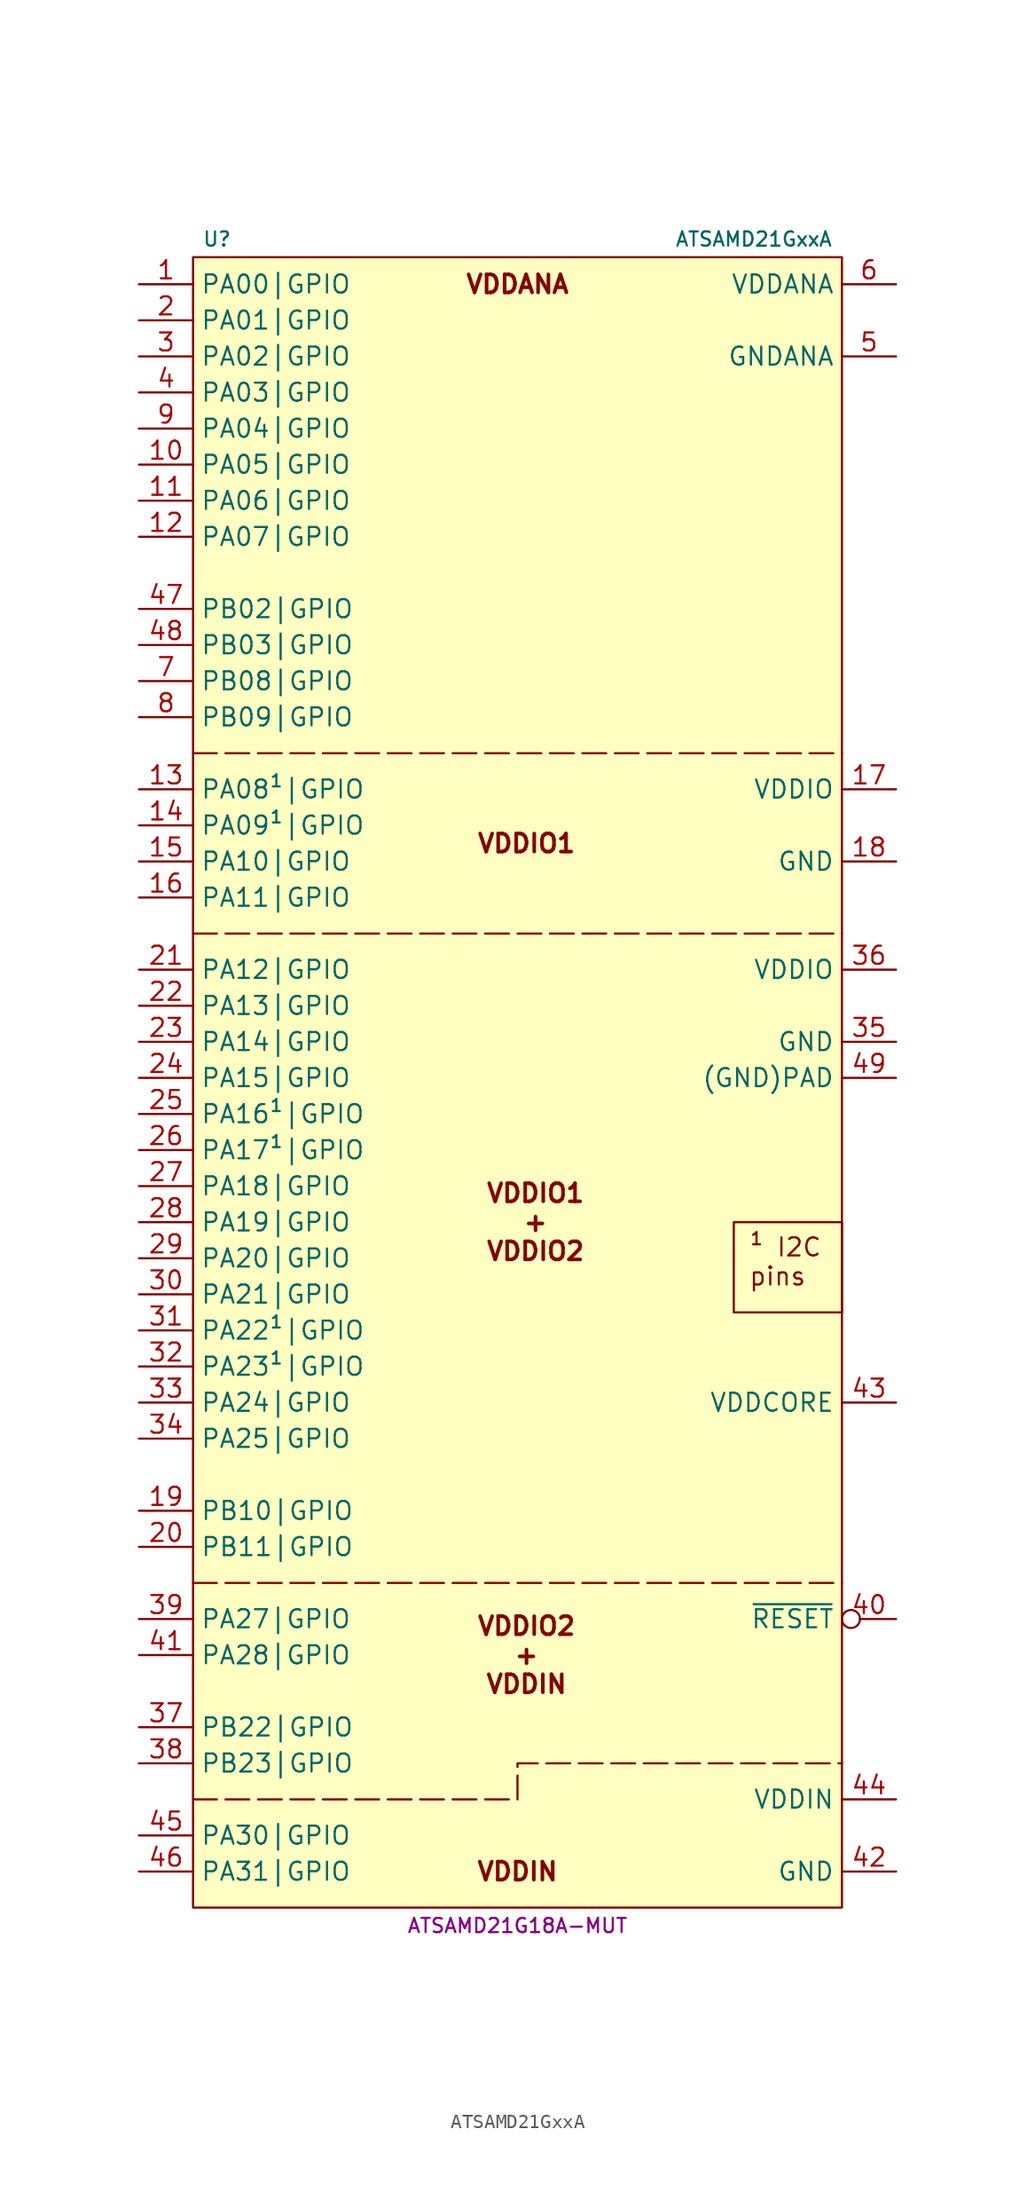
<source format=kicad_sym>
(kicad_symbol_lib
  (version 20231120)
  (generator "kicad_symbol_editor")
  (generator_version "8.0")
  (symbol "ATSAMD21GxxA"
    (property "Reference" "U"
      (at -22.225 59.055 0)
      (do_not_autoplace)
      (effects (font (size 1 1)) (justify left)))
    (property "Value" "ATSAMD21GxxA"
      (at 22.225 59.055 0)
      (do_not_autoplace)
      (effects (font (size 1 1)) (justify right)))
    (property "MPN" "ATSAMD21G18A-MUT"
      (at 0 -59.69 0)
      (do_not_autoplace)
      (effects (font (size 1 1))))
    (symbol "ATSAMD21GxxA_0_1"
      (rectangle (start -22.86 57.785) (end 22.86 -58.42) (stroke (width 0.152) (type default)) (fill (type background))))
    (symbol "ATSAMD21GxxA_1_1"
      (polyline (pts (xy -22.86 -35.56) (xy 22.86 -35.56)) (stroke (width 0) (type dash)) (fill (type none)))
      (polyline (pts (xy -22.86 10.16) (xy 22.86 10.16)) (stroke (width 0) (type dash)) (fill (type none)))
      (polyline (pts (xy -22.86 22.86) (xy 22.86 22.86)) (stroke (width 0) (type dash)) (fill (type none)))
      (polyline (pts (xy -22.86 -50.8) (xy 0 -50.8) (xy 0 -48.26) (xy 22.86 -48.26)) (stroke (width 0) (type dash)) (fill (type none)))
      (text "VDDANA\n" (at 0 55.88 0) (effects (font (size 1.27 1.27) (bold yes))))
      (text "VDDIN" (at 0 -55.88 0) (effects (font (size 1.27 1.27) (bold yes))))
      (text "VDDIO1" (at 0.635 16.51 0) (effects (font (size 1.27 1.27) (bold yes))))
      (text "VDDIO1\n+\nVDDIO2" (at 1.27 -10.16 0) (effects (font (size 1.27 1.27) (bold yes))))
      (text "VDDIO2\n+\nVDDIN" (at 0.635 -40.64 0) (effects (font (size 1.27 1.27) (bold yes))))
      (text_box "¹ I2C pins" (at 15.24 -10.16 0) (size 7.62 -6.35) (stroke (width 0) (type default)) (fill (type none)) (effects (font (size 1.27 1.27)) (justify left top)))
      (pin bidirectional line (at -26.67 55.88 0) (length 3.81) (name "PA00|GPIO" (effects (font (size 1.27 1.27)))) (number "1" (effects (font (size 1.27 1.27)))) (alternate "PA00|A:EXTINT.0" input line) (alternate "PA00|D0:SERCOM1.MI/SI" input line) (alternate "PA00|D0:SERCOM1.MO/SO" output line) (alternate "PA00|D0:SERCOM1.RX" input line) (alternate "PA00|D0:SERCOM1.TX" output line) (alternate "PA00|D2:SERCOM1.TX" output line) (alternate "PA00|D3:SERCOM1.MO/SO" output line) (alternate "PA00|D:SERCOM1.PAD0" bidirectional line) (alternate "PA00|E:TCC2.WO0" output line) (alternate "XIN32" input clock))
      (pin bidirectional line (at -26.67 43.18 0) (length 3.81) (name "PA05|GPIO" (effects (font (size 1.27 1.27)))) (number "10" (effects (font (size 1.27 1.27)))) (alternate "PA05|A:EXTINT.5" input line) (alternate "PA05|B:AC.IN1" input line) (alternate "PA05|B:ADC.IN5" input line) (alternate "PA05|B:PTC.Y3" bidirectional line) (alternate "PA05|D0:SERCOM0.SCK" bidirectional clock) (alternate "PA05|D0:SERCOM0.XCK" bidirectional clock) (alternate "PA05|D1:SERCOM0.MI/SI" input line) (alternate "PA05|D1:SERCOM0.RX" input line) (alternate "PA05|D1:SERCOM0.~{SS}" bidirectional inverted) (alternate "PA05|D2:SERCOM0.SCK" bidirectional clock) (alternate "PA05|D3:SERCOM0.~{SS}" bidirectional inverted) (alternate "PA05|D:SERCOM0.PAD1" bidirectional line))
      (pin bidirectional line (at -26.67 40.64 0) (length 3.81) (name "PA06|GPIO" (effects (font (size 1.27 1.27)))) (number "11" (effects (font (size 1.27 1.27)))) (alternate "PA06|A:EXTINT.6" input line) (alternate "PA06|B:AC.IN2" input line) (alternate "PA06|B:ADC.IN6" input line) (alternate "PA06|D0:SERCOM0.~{SS}" bidirectional inverted) (alternate "PA06|D1:SERCOM0.MO/SO" output line) (alternate "PA06|D1:SERCOM0.TX" output line) (alternate "PA06|D2:SERCOM0.MI/SI" input line) (alternate "PA06|D2:SERCOM0.RX" input line) (alternate "PA06|D2:SERCOM0.~{RTS}" output inverted) (alternate "PA06|D2:SERCOM0.~{SS}" bidirectional inverted) (alternate "PA06|D:SERCOM0.PAD2" bidirectional line))
      (pin bidirectional line (at -26.67 38.1 0) (length 3.81) (name "PA07|GPIO" (effects (font (size 1.27 1.27)))) (number "12" (effects (font (size 1.27 1.27)))) (alternate "PA07|A:EXTINT.7" input line) (alternate "PA07|B:AC.IN3" input line) (alternate "PA07|B:ADC.IN7" input line) (alternate "PA07|B:PTC.Y5" bidirectional line) (alternate "PA07|D1:SERCOM0.SCK" bidirectional clock) (alternate "PA07|D1:SERCOM0.XCK" bidirectional clock) (alternate "PA07|D2:SERCOM0.MO/SO" output line) (alternate "PA07|D2:SERCOM0.~{CTS}" input inverted) (alternate "PA07|D3:SERCOM0.MI/SI" input line) (alternate "PA07|D3:SERCOM0.RX" input line) (alternate "PA07|D3:SERCOM0.SCK" bidirectional clock) (alternate "PA07|D:SERCOM0.PAD3" bidirectional line) (alternate "PA07|E:TCC1.WO1" output line) (alternate "PA07|F:TCC3.WO5" output line) (alternate "PA07|G:I2S.SD0" bidirectional line))
      (pin bidirectional line (at -26.67 20.32 0) (length 3.81) (name "PA08¹|GPIO" (effects (font (size 1.27 1.27)))) (number "13" (effects (font (size 1.27 1.27)))) (alternate "PA08¹|A:NMI" input line) (alternate "PA08¹|B:ADC.IN16" input line) (alternate "PA08¹|B:PTC.X0" input line) (alternate "PA08¹|C0:SERCOM0.MI/SI" input line) (alternate "PA08¹|C0:SERCOM0.MO/SO" output line) (alternate "PA08¹|C0:SERCOM0.RX" input line) (alternate "PA08¹|C0:SERCOM0.TX" output line) (alternate "PA08¹|C2:SERCOM0.MO/SO" output line) (alternate "PA08¹|C2:SERCOM0.TX" output line) (alternate "PA08¹|C:SERCOM0.PAD0" bidirectional line) (alternate "PA08¹|C:SERCOM0.SDA" open_collector line) (alternate "PA08¹|D0:SERCOM2.MI/SI" input line) (alternate "PA08¹|D0:SERCOM2.MO/SO" output line) (alternate "PA08¹|D0:SERCOM2.RX" input line) (alternate "PA08¹|D0:SERCOM2.TX" output line) (alternate "PA08¹|D2:SERCOM2.MO/SO" output line) (alternate "PA08¹|D2:SERCOM2.TX" output line) (alternate "PA08¹|D:SERCOM2.PAD0" bidirectional line) (alternate "PA08¹|D:SERCOM2.SDA" open_collector line) (alternate "PA08¹|E:TCC0.WO0" output line) (alternate "PA08¹|F:TCC1.WO2" bidirectional line) (alternate "PA08¹|G:I2S.SD1" bidirectional line))
      (pin bidirectional line (at -26.67 17.78 0) (length 3.81) (name "PA09¹|GPIO" (effects (font (size 1.27 1.27)))) (number "14" (effects (font (size 1.27 1.27)))) (alternate "PA09¹|A:EXTINT.9" input line) (alternate "PA09¹|B:ADC.IN17" input line) (alternate "PA09¹|B:PTC.X1" input line) (alternate "PA09¹|C0:SERCOM0.SCK" bidirectional clock) (alternate "PA09¹|C0:SERCOM0.XCK" bidirectional clock) (alternate "PA09¹|C1:SERCOM0.MI/SI" input line) (alternate "PA09¹|C1:SERCOM0.RX" input line) (alternate "PA09¹|C1:SERCOM0.~{SS}" bidirectional inverted) (alternate "PA09¹|C2:SERCOM0.SCK" bidirectional clock) (alternate "PA09¹|C3:SERCOM0.~{SS}" bidirectional inverted) (alternate "PA09¹|C:SERCOM0.PAD1" bidirectional line) (alternate "PA09¹|C:SERCOM0.SCL" open_collector clock) (alternate "PA09¹|D0:SERCOM2.SCK" bidirectional clock) (alternate "PA09¹|D0:SERCOM2.XCK" bidirectional clock) (alternate "PA09¹|D1:SERCOM2.MI/SI" input line) (alternate "PA09¹|D1:SERCOM2.RX" input line) (alternate "PA09¹|D1:SERCOM2.~{SS}" bidirectional inverted) (alternate "PA09¹|D2:SERCOM2.SCK" bidirectional clock) (alternate "PA09¹|D3:SERCOM2.~{SS}" bidirectional inverted) (alternate "PA09¹|D:SERCOM2.PAD1" bidirectional line) (alternate "PA09¹|D:SERCOM2.SCL" open_collector clock) (alternate "PA09¹|E:TCC0.WO1" output line) (alternate "PA09¹|F:TCC1.WO3" output line) (alternate "PA09¹|G:I2S.MCK0" bidirectional clock))
      (pin bidirectional line (at -26.67 15.24 0) (length 3.81) (name "PA10|GPIO" (effects (font (size 1.27 1.27)))) (number "15" (effects (font (size 1.27 1.27)))) (alternate "PA10|A:EXTINT.10" input line) (alternate "PA10|B:ADC.IN18" input line) (alternate "PA10|B:PTC.X2" input line) (alternate "PA10|C0:SERCOM0.~{SS}" bidirectional inverted) (alternate "PA10|C1:SERCOM0.MO/SO" output line) (alternate "PA10|C1:SERCOM0.TX" output line) (alternate "PA10|C2:SERCOM0.MI/SI" input line) (alternate "PA10|C2:SERCOM0.RX" input line) (alternate "PA10|C2:SERCOM0.~{RTS}" output inverted) (alternate "PA10|C2:SERCOM0.~{SS}" bidirectional inverted) (alternate "PA10|C:SERCOM0.PAD2" bidirectional line) (alternate "PA10|D0:SERCOM2.~{SS}" bidirectional inverted) (alternate "PA10|D1:SERCOM2.MO/SO" output line) (alternate "PA10|D1:SERCOM2.TX" output line) (alternate "PA10|D2:SERCOM2.MI/SI" input line) (alternate "PA10|D2:SERCOM2.RX" input line) (alternate "PA10|D2:SERCOM2.~{RTS}" output inverted) (alternate "PA10|D2:SERCOM2.~{SS}" bidirectional inverted) (alternate "PA10|D:SERCOM2.PAD2" bidirectional line) (alternate "PA10|E:TCC0.WO2" output line) (alternate "PA10|F:TCC1.WO0" output line) (alternate "PA10|G:I2S.SCK0" bidirectional clock) (alternate "PA10|H:GCLK.IO4" bidirectional clock))
      (pin bidirectional line (at -26.67 12.7 0) (length 3.81) (name "PA11|GPIO" (effects (font (size 1.27 1.27)))) (number "16" (effects (font (size 1.27 1.27)))) (alternate "PA11|A:EXTINT.11" input line) (alternate "PA11|B:ADC.IN19" input line) (alternate "PA11|B:PTC.X3" input line) (alternate "PA11|C1:SERCOM0.SCK" bidirectional clock) (alternate "PA11|C1:SERCOM0.XCK" bidirectional clock) (alternate "PA11|C2:SERCOM0.MO/SO" output line) (alternate "PA11|C2:SERCOM0.~{CTS}" input inverted) (alternate "PA11|C3:SERCOM0.MI/SI" input line) (alternate "PA11|C3:SERCOM0.RX" input line) (alternate "PA11|C3:SERCOM0.SCK" bidirectional clock) (alternate "PA11|C:SERCOM0.PAD3" bidirectional line) (alternate "PA11|D1:SERCOM2.SCK" bidirectional clock) (alternate "PA11|D1:SERCOM2.XCK" bidirectional clock) (alternate "PA11|D2:SERCOM2.MO/SO" output line) (alternate "PA11|D2:SERCOM2.~{CTS}" input line) (alternate "PA11|D3:SERCOM2.MI/SI" input line) (alternate "PA11|D3:SERCOM2.RX" input line) (alternate "PA11|D3:SERCOM2.SCK" bidirectional clock) (alternate "PA11|D:SERCOM2.PAD3" bidirectional line) (alternate "PA11|E:TCC0.WO3" bidirectional line) (alternate "PA11|F:TCC1.WO1" bidirectional line) (alternate "PA11|G:I2S.FS0" bidirectional clock) (alternate "PA11|H:GCLK.IO5" bidirectional clock))
      (pin power_in line (at 26.67 20.32 180) (length 3.81) (name "VDDIO" (effects (font (size 1.27 1.27)))) (number "17" (effects (font (size 1.27 1.27)))))
      (pin power_in line (at 26.67 15.24 180) (length 3.81) (name "GND" (effects (font (size 1.27 1.27)))) (number "18" (effects (font (size 1.27 1.27)))))
      (pin bidirectional line (at -26.67 -30.48 0) (length 3.81) (name "PB10|GPIO" (effects (font (size 1.27 1.27)))) (number "19" (effects (font (size 1.27 1.27)))) (alternate "PB10|A:EXTINT.10" input line) (alternate "PB10|D0:SERCOM4.~{SS}" bidirectional inverted) (alternate "PB10|D1:SERCOM4.MO/SO" output line) (alternate "PB10|D1:SERCOM4.TX" output line) (alternate "PB10|D2:SERCOM4.MI/SI" input line) (alternate "PB10|D2:SERCOM4.RX" input line) (alternate "PB10|D2:SERCOM4.~{RTS}" output inverted) (alternate "PB10|D2:SERCOM4.~{SS}" bidirectional inverted) (alternate "PB10|D:SERCOM4.PAD2" bidirectional line) (alternate "PB10|E:TC5.WO0" output line) (alternate "PB10|F:TCC0.WO4" output line) (alternate "PB10|G:I2S.MCK1" bidirectional clock) (alternate "PB10|H:GCLK.IO4" bidirectional clock))
      (pin bidirectional line (at -26.67 53.34 0) (length 3.81) (name "PA01|GPIO" (effects (font (size 1.27 1.27)))) (number "2" (effects (font (size 1.27 1.27)))) (alternate "PA01|A:EXTINT.1" input line) (alternate "PA01|D0:SERCOM1.SCK" bidirectional clock) (alternate "PA01|D0:SERCOM1.XCK" bidirectional clock) (alternate "PA01|D1:SERCOM1.MI/SI" input line) (alternate "PA01|D1:SERCOM1.RX" input line) (alternate "PA01|D1:SERCOM1.~{SS}" bidirectional inverted) (alternate "PA01|D2:SERCOM1.SCK" bidirectional clock) (alternate "PA01|D3:SERCOM1.~{SS}" bidirectional inverted) (alternate "PA01|D:SERCOM1.PAD1" bidirectional line) (alternate "PA01|E:TCC2.WO1" output line) (alternate "XOUT32" output clock))
      (pin bidirectional line (at -26.67 -33.02 0) (length 3.81) (name "PB11|GPIO" (effects (font (size 1.27 1.27)))) (number "20" (effects (font (size 1.27 1.27)))) (alternate "PB11|A:EXTINT.11" input line) (alternate "PB11|D1:SERCOM4.SCK" bidirectional clock) (alternate "PB11|D1:SERCOM4.XCK" bidirectional clock) (alternate "PB11|D2:SERCOM4.MO/SO" output line) (alternate "PB11|D2:SERCOM4.~{CTS}" input inverted) (alternate "PB11|D3:SERCOM4.MI/SI" input line) (alternate "PB11|D3:SERCOM4.RX" input line) (alternate "PB11|D3:SERCOM4.SCK" bidirectional clock) (alternate "PB11|D:SERCOM4.PAD3" bidirectional line) (alternate "PB11|E:TC5.WO1" output line) (alternate "PB11|F:TCC0.WO5" output line) (alternate "PB11|G:I2S.SCK1" bidirectional clock) (alternate "PB11|H:GCLK.IO5" bidirectional clock))
      (pin bidirectional line (at -26.67 7.62 0) (length 3.81) (name "PA12|GPIO" (effects (font (size 1.27 1.27)))) (number "21" (effects (font (size 1.27 1.27)))) (alternate "PA12|A:EXTINT.12" input line) (alternate "PA12|C0:SERCOM2.MI/SI" input line) (alternate "PA12|C0:SERCOM2.MO/SO" output line) (alternate "PA12|C0:SERCOM2.RX" input line) (alternate "PA12|C0:SERCOM2.TX" output line) (alternate "PA12|C2:SERCOM2.TX" output line) (alternate "PA12|C3:SERCOM2.MO/SO" output line) (alternate "PA12|C:SERCOM2.PAD0" bidirectional line) (alternate "PA12|C:SERCOM2.SDA" open_collector line) (alternate "PA12|D0:SERCOM4.MI/SI" input line) (alternate "PA12|D0:SERCOM4.MO/SO" output line) (alternate "PA12|D0:SERCOM4.RX" input line) (alternate "PA12|D0:SERCOM4.TX" output line) (alternate "PA12|D2:SERCOM4.TX" output line) (alternate "PA12|D3:SERCOM4.MO/SO" output line) (alternate "PA12|D:SERCOM4.PAD0" bidirectional line) (alternate "PA12|D:SERCOM4.SDA" open_collector line) (alternate "PA12|E:TCC2.WO0" output line) (alternate "PA12|F:TCC0.WO6" output line) (alternate "PA12|H:AC.CMP0" output line))
      (pin bidirectional line (at -26.67 5.08 0) (length 3.81) (name "PA13|GPIO" (effects (font (size 1.27 1.27)))) (number "22" (effects (font (size 1.27 1.27)))) (alternate "PA13|A:EXTINT.13" input line) (alternate "PA13|C0:SERCOM2.SCK" bidirectional clock) (alternate "PA13|C0:SERCOM2.XCK" bidirectional clock) (alternate "PA13|C1:SERCOM2.MI/SI" input line) (alternate "PA13|C1:SERCOM2.RX" input line) (alternate "PA13|C1:SERCOM2.~{SS}" bidirectional inverted) (alternate "PA13|C2:SERCOM2.SCK" bidirectional clock) (alternate "PA13|C3:SERCOM2.~{SS}" bidirectional inverted) (alternate "PA13|C:SERCOM2.PAD1" bidirectional line) (alternate "PA13|C:SERCOM2.SCL" open_collector clock) (alternate "PA13|D0:SERCOM4.SCK" bidirectional clock) (alternate "PA13|D0:SERCOM4.XCK" bidirectional clock) (alternate "PA13|D1:SERCOM4.MI/SI" input line) (alternate "PA13|D1:SERCOM4.RX" input line) (alternate "PA13|D1:SERCOM4.~{SS}" bidirectional inverted) (alternate "PA13|D2:SERCOM4.SCK" bidirectional clock) (alternate "PA13|D3:SERCOM4.~{SS}" bidirectional inverted) (alternate "PA13|D:SERCOM4.PAD1" bidirectional line) (alternate "PA13|D:SERCOM4.SCL" open_collector clock) (alternate "PA13|E:TCC2.WO1" output line) (alternate "PA13|F:TCC0.WO7" output line) (alternate "PA13|H:AC.CMP1" output line))
      (pin bidirectional line (at -26.67 2.54 0) (length 3.81) (name "PA14|GPIO" (effects (font (size 1.27 1.27)))) (number "23" (effects (font (size 1.27 1.27)))) (alternate "PA14|A:EXTINT.14" input line) (alternate "PA14|C0:SERCOM2.~{SS}" bidirectional inverted) (alternate "PA14|C1:SERCOM2.MO/SO" output line) (alternate "PA14|C1:SERCOM2.TX" output line) (alternate "PA14|C2:SERCOM2.MI/SI" input line) (alternate "PA14|C2:SERCOM2.RX" input line) (alternate "PA14|C2:SERCOM2.~{RTS}" output inverted) (alternate "PA14|C2:SERCOM2.~{SS}" bidirectional inverted) (alternate "PA14|C:SERCOM2.PAD2" bidirectional line) (alternate "PA14|D0:SERCOM4.~{SS}" bidirectional inverted) (alternate "PA14|D1:SERCOM4.MO/SO" output line) (alternate "PA14|D1:SERCOM4.TX" output line) (alternate "PA14|D2:SERCOM4.MI/SI" input line) (alternate "PA14|D2:SERCOM4.RX" input line) (alternate "PA14|D2:SERCOM4.~{RTS}" output inverted) (alternate "PA14|D2:SERCOM4.~{SS}" bidirectional inverted) (alternate "PA14|D:SERCOM4.PAD2" bidirectional line) (alternate "PA14|E:TC3.WO0" output line) (alternate "PA14|F:TCC0.WO4" output line) (alternate "PA14|H:GCLK.IO0" bidirectional clock) (alternate "XIN" input clock))
      (pin bidirectional line (at -26.67 0 0) (length 3.81) (name "PA15|GPIO" (effects (font (size 1.27 1.27)))) (number "24" (effects (font (size 1.27 1.27)))) (alternate "PA15|C1:SERCOM2.SCK" bidirectional clock) (alternate "PA15|C1:SERCOM2.XCK" bidirectional clock) (alternate "PA15|C2:SERCOM2.MO/SO" output line) (alternate "PA15|C2:SERCOM2.~{CTS}" input inverted) (alternate "PA15|C3:SERCOM2.MI/SI" input line) (alternate "PA15|C3:SERCOM2.RX" input line) (alternate "PA15|C3:SERCOM2.SCK" bidirectional clock) (alternate "PA15|C:SERCOM2.PAD3" bidirectional line) (alternate "PA15|D1:SERCOM4.SCK" bidirectional clock) (alternate "PA15|D1:SERCOM4.XCK" bidirectional clock) (alternate "PA15|D2:SERCOM4.MO/SO" output line) (alternate "PA15|D2:SERCOM4.~{CTS}" input inverted) (alternate "PA15|D3:SERCOM4.MI/SI" input line) (alternate "PA15|D3:SERCOM4.RX" input line) (alternate "PA15|D3:SERCOM4.SCK" bidirectional clock) (alternate "PA15|D:SERCOM4.PAD3" bidirectional line) (alternate "PA15|E:TC3.WO1" output line) (alternate "PA15|F:TCC0.WO5" output line) (alternate "PA15|H:GCLK.IO1" bidirectional clock) (alternate "XOUT" output clock))
      (pin bidirectional line (at -26.67 -2.54 0) (length 3.81) (name "PA16¹|GPIO" (effects (font (size 1.27 1.27)))) (number "25" (effects (font (size 1.27 1.27)))) (alternate "PA16¹|A:EXTINT.0" input line) (alternate "PA16¹|B:PTC.X4" input line) (alternate "PA16¹|C0:SERCOM1.MI/SI" input line) (alternate "PA16¹|C0:SERCOM1.MO/SO" output line) (alternate "PA16¹|C0:SERCOM1.RX" input line) (alternate "PA16¹|C0:SERCOM1.TX" output line) (alternate "PA16¹|C2:SERCOM1.TX" output line) (alternate "PA16¹|C3:SERCOM1.MO/SO" output line) (alternate "PA16¹|C:SERCOM1.PAD0" bidirectional line) (alternate "PA16¹|C:SERCOM1.SDA" open_collector line) (alternate "PA16¹|D0:SERCOM3.MI/SI" input line) (alternate "PA16¹|D0:SERCOM3.MO/SO" output line) (alternate "PA16¹|D0:SERCOM3.RX" input line) (alternate "PA16¹|D0:SERCOM3.TX" output line) (alternate "PA16¹|D2:SERCOM3.TX" output line) (alternate "PA16¹|D3:SERCOM3.MO/SO" output line) (alternate "PA16¹|D:SERCOM3.PAD0" bidirectional line) (alternate "PA16¹|D:SERCOM3.SDA" open_collector line) (alternate "PA16¹|E:TCC2.WO0" output line) (alternate "PA16¹|F:TCC0.WO6" output line) (alternate "PA16¹|H:GCLK.IO2" bidirectional clock))
      (pin bidirectional line (at -26.67 -5.08 0) (length 3.81) (name "PA17¹|GPIO" (effects (font (size 1.27 1.27)))) (number "26" (effects (font (size 1.27 1.27)))) (alternate "PA17¹|A:EXTINT.1" input line) (alternate "PA17¹|B:PTC.X5" input line) (alternate "PA17¹|C0:SERCOM1.SCK" bidirectional clock) (alternate "PA17¹|C0:SERCOM1.XCK" output clock) (alternate "PA17¹|C1:SERCOM1.MI/SI" input line) (alternate "PA17¹|C1:SERCOM1.RX" input line) (alternate "PA17¹|C1:SERCOM1.~{SS}" bidirectional inverted) (alternate "PA17¹|C2:SERCOM1.SCK" bidirectional clock) (alternate "PA17¹|C3:SERCOM1.~{SS}" bidirectional inverted) (alternate "PA17¹|C:SERCOM1.PAD1" bidirectional line) (alternate "PA17¹|C:SERCOM1.SCL" open_collector clock) (alternate "PA17¹|D0:SERCOM3.SCK" bidirectional clock) (alternate "PA17¹|D0:SERCOM3.XCK" output clock) (alternate "PA17¹|D1:SERCOM3.MI/SI" input line) (alternate "PA17¹|D1:SERCOM3.RX" input line) (alternate "PA17¹|D1:SERCOM3.~{SS}" bidirectional inverted) (alternate "PA17¹|D2:SERCOM3.SCK" bidirectional clock) (alternate "PA17¹|D3:SERCOM3.~{SS}" bidirectional inverted) (alternate "PA17¹|D:SERCOM3.PAD1" bidirectional line) (alternate "PA17¹|D:SERCOM3.SCL" open_collector clock) (alternate "PA17¹|E:TCC2.WO1" output line) (alternate "PA17¹|F:TCC0.WO7" output line) (alternate "PA17¹|H:GCLK.IO3" bidirectional clock))
      (pin bidirectional line (at -26.67 -7.62 0) (length 3.81) (name "PA18|GPIO" (effects (font (size 1.27 1.27)))) (number "27" (effects (font (size 1.27 1.27)))) (alternate "PA18|A:EXTINT.2" input line) (alternate "PA18|B:PTC.X6" input line) (alternate "PA18|C0:SERCOM1.~{SS}" bidirectional inverted) (alternate "PA18|C1:SERCOM1.MO/SO" output line) (alternate "PA18|C1:SERCOM1.TX" output line) (alternate "PA18|C2:SERCOM1.MI/SI" input line) (alternate "PA18|C2:SERCOM1.RX" input line) (alternate "PA18|C2:SERCOM1.~{RTS}" output inverted) (alternate "PA18|C2:SERCOM1.~{SS}" bidirectional inverted) (alternate "PA18|C:SERCOM1.PAD2" bidirectional line) (alternate "PA18|D0:SERCOM3.~{SS}" bidirectional inverted) (alternate "PA18|D1:SERCOM3.MO/SO" output line) (alternate "PA18|D1:SERCOM3.TX" output line) (alternate "PA18|D2:SERCOM3.MI/SI" input line) (alternate "PA18|D2:SERCOM3.RX" input line) (alternate "PA18|D2:SERCOM3.~{RTS}" output inverted) (alternate "PA18|D2:SERCOM3.~{SS}" bidirectional inverted) (alternate "PA18|D:SERCOM3.PAD2" bidirectional line) (alternate "PA18|E:TC3.WO0" output line) (alternate "PA18|F:TCC0.WO2" output line) (alternate "PA18|H:AC.COMP0" output line))
      (pin bidirectional line (at -26.67 -10.16 0) (length 3.81) (name "PA19|GPIO" (effects (font (size 1.27 1.27)))) (number "28" (effects (font (size 1.27 1.27)))) (alternate "PA19|A:EXTINT.3" input line) (alternate "PA19|B:PTC.X7" input line) (alternate "PA19|C1:SERCOM1.SCK" bidirectional clock) (alternate "PA19|C1:SERCOM1.XCK" bidirectional clock) (alternate "PA19|C2:SERCOM1.MO/SO" output line) (alternate "PA19|C2:SERCOM1.~{CTS}" input inverted) (alternate "PA19|C3:SERCOM1.MI/SI" input line) (alternate "PA19|C3:SERCOM1.RX" input line) (alternate "PA19|C3:SERCOM1.SCK" bidirectional clock) (alternate "PA19|C:SERCOM1.PAD3" bidirectional line) (alternate "PA19|D1:SERCOM3.SCK" bidirectional clock) (alternate "PA19|D1:SERCOM3.XCK" bidirectional clock) (alternate "PA19|D2:SERCOM3.MO/SO" output line) (alternate "PA19|D2:SERCOM3.~{CTS}" input inverted) (alternate "PA19|D3:SERCOM3.MI/SI" input line) (alternate "PA19|D3:SERCOM3.RX" input line) (alternate "PA19|D3:SERCOM3.SCK" bidirectional clock) (alternate "PA19|D:SERCOM3.PAD3" bidirectional line) (alternate "PA19|E:TC3.WO3" output line) (alternate "PA19|F:TCC0.WO3" output line) (alternate "PA19|G:I2S.SD0" bidirectional line) (alternate "PA19|H:AC.CMP1" output line))
      (pin bidirectional line (at -26.67 -12.7 0) (length 3.81) (name "PA20|GPIO" (effects (font (size 1.27 1.27)))) (number "29" (effects (font (size 1.27 1.27)))) (alternate "PA20|A:EXTINT.4" input line) (alternate "PA20|B:PTC.X8" input line) (alternate "PA20|C0:SERCOM5.~{SS}" bidirectional inverted) (alternate "PA20|C1:SERCOM5.MO/SO" output line) (alternate "PA20|C1:SERCOM5.TX" output line) (alternate "PA20|C2:SERCOM5.MI/SI" input line) (alternate "PA20|C2:SERCOM5.RX" input line) (alternate "PA20|C2:SERCOM5.~{RTS}" output inverted) (alternate "PA20|C2:SERCOM5.~{SS}" bidirectional inverted) (alternate "PA20|C:SERCOM5.PAD2" bidirectional line) (alternate "PA20|D0:SERCOM3.~{SS}" bidirectional inverted) (alternate "PA20|D1:SERCOM3.MO/SO" output line) (alternate "PA20|D1:SERCOM3.TX" output line) (alternate "PA20|D2:SERCOM3.MI/SI" input line) (alternate "PA20|D2:SERCOM3.RX" input line) (alternate "PA20|D2:SERCOM3.~{RTS}" output inverted) (alternate "PA20|D2:SERCOM3.~{SS}" bidirectional inverted) (alternate "PA20|D:SERCOM3.PAD2" bidirectional line) (alternate "PA20|E:TC7.WO0" output line) (alternate "PA20|F:TCC0.WO6" output line) (alternate "PA20|G:I2S.SCK0" bidirectional clock) (alternate "PA20|H:GCLK.IO4" bidirectional clock))
      (pin bidirectional line (at -26.67 50.8 0) (length 3.81) (name "PA02|GPIO" (effects (font (size 1.27 1.27)))) (number "3" (effects (font (size 1.27 1.27)))) (alternate "PA02|A:EXTINT.2" input line) (alternate "PA02|B:ADC.IN0" input line) (alternate "PA02|B:DAC.VOUT" output line) (alternate "PA02|B:PTC.Y0" bidirectional line) (alternate "PA02|F:TCC3.WO0" output line))
      (pin bidirectional line (at -26.67 -15.24 0) (length 3.81) (name "PA21|GPIO" (effects (font (size 1.27 1.27)))) (number "30" (effects (font (size 1.27 1.27)))) (alternate "PA21|A:EXTINT.5" input line) (alternate "PA21|B:PTC.X9" input line) (alternate "PA21|C1:SERCOM5.SCK" bidirectional clock) (alternate "PA21|C1:SERCOM5.XCK" bidirectional clock) (alternate "PA21|C2:SERCOM5.MO/SO" output line) (alternate "PA21|C2:SERCOM5.~{CTS}" input inverted) (alternate "PA21|C3:SERCOM5.MI/SI" input line) (alternate "PA21|C3:SERCOM5.RX" input line) (alternate "PA21|C3:SERCOM5.SCK" bidirectional clock) (alternate "PA21|C:SERCOM5.PAD3" bidirectional line) (alternate "PA21|D1:SERCOM3.SCK" bidirectional clock) (alternate "PA21|D1:SERCOM3.XCK" bidirectional clock) (alternate "PA21|D2:SERCOM3.MO/SO" output line) (alternate "PA21|D2:SERCOM3.~{CTS}" input inverted) (alternate "PA21|D3:SERCOM3.MI/SI" input line) (alternate "PA21|D3:SERCOM3.RX" input line) (alternate "PA21|D3:SERCOM3.SCK" bidirectional clock) (alternate "PA21|D:SERCOM3.PAD3" bidirectional line) (alternate "PA21|E:TC7.WO1" output line) (alternate "PA21|F:TCC0.WO7" output line) (alternate "PA21|G:I2S.FS0" bidirectional clock) (alternate "PA21|H:GCLK.IO5" bidirectional clock))
      (pin bidirectional line (at -26.67 -17.78 0) (length 3.81) (name "PA22¹|GPIO" (effects (font (size 1.27 1.27)))) (number "31" (effects (font (size 1.27 1.27)))) (alternate "PA22¹|A:EXTINT.6" input line) (alternate "PA22¹|B:PTC.X10" input line) (alternate "PA22¹|C0:SERCOM3.MI/SI" input line) (alternate "PA22¹|C0:SERCOM3.MO/SO" output line) (alternate "PA22¹|C0:SERCOM3.RX" input line) (alternate "PA22¹|C0:SERCOM3.TX" output line) (alternate "PA22¹|C2:SERCOM3.TX" output line) (alternate "PA22¹|C3:SERCOM3.MO/SO" output line) (alternate "PA22¹|C:SERCOM3.PAD0" bidirectional line) (alternate "PA22¹|C:SERCOM3.SDA" open_collector line) (alternate "PA22¹|D0:SERCOM5.MI/SI" input line) (alternate "PA22¹|D0:SERCOM5.MO/SO" output line) (alternate "PA22¹|D0:SERCOM5.RX" input line) (alternate "PA22¹|D0:SERCOM5.TX" output line) (alternate "PA22¹|D2:SERCOM5.TX" output line) (alternate "PA22¹|D3:SERCOM5.MO/SO" output line) (alternate "PA22¹|D:SERCOM5.PAD0" bidirectional line) (alternate "PA22¹|D:SERCOM5.SDA" open_collector line) (alternate "PA22¹|E:TC4.WO0" output line) (alternate "PA22¹|F:TCC0.WO4" output line) (alternate "PA22¹|H:GCLK.IO6" bidirectional clock))
      (pin bidirectional line (at -26.67 -20.32 0) (length 3.81) (name "PA23¹|GPIO" (effects (font (size 1.27 1.27)))) (number "32" (effects (font (size 1.27 1.27)))) (alternate "PA23¹|A:EXTINT.7" input line) (alternate "PA23¹|B:PTC.X11" input line) (alternate "PA23¹|C0:SERCOM3.SCK" bidirectional clock) (alternate "PA23¹|C0:SERCOM3.XCK" output clock) (alternate "PA23¹|C1:SERCOM3.MI/SI" input line) (alternate "PA23¹|C1:SERCOM3.RX" input line) (alternate "PA23¹|C1:SERCOM3.~{SS}" bidirectional inverted) (alternate "PA23¹|C2:SERCOM3.SCK" bidirectional clock) (alternate "PA23¹|C3:SERCOM3.~{SS}" bidirectional inverted) (alternate "PA23¹|C:SERCOM3.PAD1" bidirectional line) (alternate "PA23¹|C:SERCOM3.SCL" open_collector clock) (alternate "PA23¹|D0:SERCOM5.SCK" bidirectional clock) (alternate "PA23¹|D0:SERCOM5.XCK" output clock) (alternate "PA23¹|D1:SERCOM5.MI/SI" input line) (alternate "PA23¹|D1:SERCOM5.RX" input line) (alternate "PA23¹|D1:SERCOM5.~{SS}" bidirectional inverted) (alternate "PA23¹|D2:SERCOM5.SCK" bidirectional clock) (alternate "PA23¹|D3:SERCOM5.~{SS}" bidirectional inverted) (alternate "PA23¹|D:SERCOM5.PAD1" bidirectional line) (alternate "PA23¹|D:SERCOM5.SCL" open_collector clock) (alternate "PA23¹|E:TC4.WO1" output line) (alternate "PA23¹|F:TCC0.WO5" output line) (alternate "PA23¹|G:USB.SOF" output clock) (alternate "PA23¹|H:GCLK.IO7" bidirectional clock))
      (pin bidirectional line (at -26.67 -22.86 0) (length 3.81) (name "PA24|GPIO" (effects (font (size 1.27 1.27)))) (number "33" (effects (font (size 1.27 1.27)))) (alternate "PA24|A:EXTINT.12" input line) (alternate "PA24|C0:SERCOM3.~{SS}" bidirectional inverted) (alternate "PA24|C1:SERCOM3.MO/SO" output line) (alternate "PA24|C1:SERCOM3.TX" output line) (alternate "PA24|C2:SERCOM3.MI/SI" input line) (alternate "PA24|C2:SERCOM3.RX" input line) (alternate "PA24|C2:SERCOM3.~{RTS}" output inverted) (alternate "PA24|C2:SERCOM3.~{SS}" bidirectional inverted) (alternate "PA24|C:SERCOM3.PAD2" bidirectional line) (alternate "PA24|D0:SERCOM5.~{SS}" bidirectional inverted) (alternate "PA24|D1:SERCOM5.MO/SO" output line) (alternate "PA24|D1:SERCOM5.TX" output line) (alternate "PA24|D2:SERCOM5.MI/SI" input line) (alternate "PA24|D2:SERCOM5.RX" input line) (alternate "PA24|D2:SERCOM5.~{RTS}" output inverted) (alternate "PA24|D2:SERCOM5.~{SS}" bidirectional inverted) (alternate "PA24|D:SERCOM5.PAD2" bidirectional line) (alternate "PA24|E:TC5.WO0" output line) (alternate "PA24|F:TCC1.WO2" output line) (alternate "PA24|G:USB.D-" bidirectional inverted))
      (pin bidirectional line (at -26.67 -25.4 0) (length 3.81) (name "PA25|GPIO" (effects (font (size 1.27 1.27)))) (number "34" (effects (font (size 1.27 1.27)))) (alternate "PA25|A:EXTINT.13" input line) (alternate "PA25|C1:SERCOM3.SCK" bidirectional clock) (alternate "PA25|C1:SERCOM3.XCK" bidirectional clock) (alternate "PA25|C2:SERCOM3.MO/SO" output line) (alternate "PA25|C2:SERCOM3.~{CTS}" input inverted) (alternate "PA25|C3:SERCOM3.MI/SI" input line) (alternate "PA25|C3:SERCOM3.RX" input line) (alternate "PA25|C3:SERCOM3.SCK" bidirectional clock) (alternate "PA25|C:SERCOM3.PAD3" bidirectional line) (alternate "PA25|D1:SERCOM5.SCK" bidirectional clock) (alternate "PA25|D1:SERCOM5.XCK" bidirectional clock) (alternate "PA25|D2:SERCOM5.MO/SO" output line) (alternate "PA25|D2:SERCOM5.~{CTS}" input inverted) (alternate "PA25|D3:SERCOM5.MI/SI" input line) (alternate "PA25|D3:SERCOM5.RX" input line) (alternate "PA25|D3:SERCOM5.SCK" bidirectional clock) (alternate "PA25|D:SERCOM5.PAD3" bidirectional line) (alternate "PA25|E:TC5.WO1" output line) (alternate "PA25|F:TCC1.WO3" output line) (alternate "PA25|G:USB.D+" bidirectional line))
      (pin power_in line (at 26.67 2.54 180) (length 3.81) (name "GND" (effects (font (size 1.27 1.27)))) (number "35" (effects (font (size 1.27 1.27)))))
      (pin power_in line (at 26.67 7.62 180) (length 3.81) (name "VDDIO" (effects (font (size 1.27 1.27)))) (number "36" (effects (font (size 1.27 1.27)))))
      (pin bidirectional line (at -26.67 -45.72 0) (length 3.81) (name "PB22|GPIO" (effects (font (size 1.27 1.27)))) (number "37" (effects (font (size 1.27 1.27)))) (alternate "PB22|A:EXTINT.6" input line) (alternate "PB22|D0:SERCOM5.~{SS}" bidirectional inverted) (alternate "PB22|D1:SERCOM5.MO/SO" output line) (alternate "PB22|D1:SERCOM5.TX" output line) (alternate "PB22|D2:SERCOM5.MI/SI" input line) (alternate "PB22|D2:SERCOM5.RX" input line) (alternate "PB22|D2:SERCOM5.~{RTS}" output inverted) (alternate "PB22|D2:SERCOM5.~{SS}" bidirectional inverted) (alternate "PB22|D:SERCOM5.PAD2" bidirectional line) (alternate "PB22|E:TC7.WO0" output line) (alternate "PB22|F:TCC3.WO0" output line) (alternate "PB22|H:GCLK.IO0" bidirectional clock))
      (pin bidirectional line (at -26.67 -48.26 0) (length 3.81) (name "PB23|GPIO" (effects (font (size 1.27 1.27)))) (number "38" (effects (font (size 1.27 1.27)))) (alternate "PB23|A:EXTINT.7" input line) (alternate "PB23|D1:SERCOM5.SCK" bidirectional clock) (alternate "PB23|D1:SERCOM5.XCK" bidirectional clock) (alternate "PB23|D2:SERCOM5.MO/SO" output line) (alternate "PB23|D2:SERCOM5.~{CTS}" input inverted) (alternate "PB23|D3:SERCOM5.MI/SI" input line) (alternate "PB23|D3:SERCOM5.RX" input line) (alternate "PB23|D3:SERCOM5.SCK" bidirectional clock) (alternate "PB23|D:SERCOM5.PAD3" bidirectional line) (alternate "PB23|E:TC7.WO1" output line) (alternate "PB23|F:TCC3.WO1" output line) (alternate "PB23|H:GCLK.IO1" bidirectional clock))
      (pin bidirectional line (at -26.67 -38.1 0) (length 3.81) (name "PA27|GPIO" (effects (font (size 1.27 1.27)))) (number "39" (effects (font (size 1.27 1.27)))) (alternate "PA27|A:EXTINT.15" input line) (alternate "PA27|F:TCC3.WO6" output line) (alternate "PA27|H:GCLK.IO0" bidirectional clock))
      (pin bidirectional line (at -26.67 48.26 0) (length 3.81) (name "PA03|GPIO" (effects (font (size 1.27 1.27)))) (number "4" (effects (font (size 1.27 1.27)))) (alternate "PA03|A:EXTINT.3" input line) (alternate "PA03|B:ADC.IN1" input line) (alternate "PA03|B:ADC.VREFA" input line) (alternate "PA03|B:PTC.Y1" bidirectional line) (alternate "PA03|F:TCC3.WO1" output line))
      (pin input inverted (at 26.67 -38.1 180) (length 3.81) (name "~{RESET}" (effects (font (size 1.27 1.27)))) (number "40" (effects (font (size 1.27 1.27)))))
      (pin bidirectional line (at -26.67 -40.64 0) (length 3.81) (name "PA28|GPIO" (effects (font (size 1.27 1.27)))) (number "41" (effects (font (size 1.27 1.27)))) (alternate "PA28|A:EXTINT.8" input line) (alternate "PA28|F:TCC3.WO7" output line) (alternate "PA28|H:GCLK.IO0" bidirectional clock))
      (pin power_in line (at 26.67 -55.88 180) (length 3.81) (name "GND" (effects (font (size 1.27 1.27)))) (number "42" (effects (font (size 1.27 1.27)))))
      (pin power_out line (at 26.67 -22.86 180) (length 3.81) (name "VDDCORE" (effects (font (size 1.27 1.27)))) (number "43" (effects (font (size 1.27 1.27)))))
      (pin power_in line (at 26.67 -50.8 180) (length 3.81) (name "VDDIN" (effects (font (size 1.27 1.27)))) (number "44" (effects (font (size 1.27 1.27)))))
      (pin bidirectional line (at -26.67 -53.34 0) (length 3.81) (name "PA30|GPIO" (effects (font (size 1.27 1.27)))) (number "45" (effects (font (size 1.27 1.27)))) (alternate "PA30|D0:SERCOM1.~{SS}" bidirectional inverted) (alternate "PA30|D1:SERCOM1.MO/SO" output line) (alternate "PA30|D1:SERCOM1.TX" output line) (alternate "PA30|D2:SERCOM1.MI/SI" input line) (alternate "PA30|D2:SERCOM1.RX" input line) (alternate "PA30|D2:SERCOM1.~{RTS}" output inverted) (alternate "PA30|D2:SERCOM1.~{SS}" bidirectional inverted) (alternate "PA30|D:SERCOM1.PAD2" bidirectional line) (alternate "PA30|E:TCC1.WO0" output line) (alternate "PA30|F:TCC3.WO4" output line) (alternate "PA30|G:SWCLK" input clock) (alternate "PA30|H:GCLK.IO0" bidirectional clock))
      (pin bidirectional line (at -26.67 -55.88 0) (length 3.81) (name "PA31|GPIO" (effects (font (size 1.27 1.27)))) (number "46" (effects (font (size 1.27 1.27)))) (alternate "PA31|A:EXTINT.11" input line) (alternate "PA31|D1:SERCOM1.SCK" bidirectional clock) (alternate "PA31|D1:SERCOM1.XCK" bidirectional clock) (alternate "PA31|D2:SERCOM1.MO/SO" output line) (alternate "PA31|D2:SERCOM1.~{CTS}" input inverted) (alternate "PA31|D3:SERCOM1.MI/SI" input line) (alternate "PA31|D3:SERCOM1.RX" input line) (alternate "PA31|D3:SERCOM1.SCK" bidirectional clock) (alternate "PA31|D:SERCOM1.PAD3" bidirectional line) (alternate "PA31|E:TCC1.WO1" output line) (alternate "PA31|F:TCC3.WO5" output line) (alternate "PA31|G:SWDIO" bidirectional line))
      (pin bidirectional line (at -26.67 33.02 0) (length 3.81) (name "PB02|GPIO" (effects (font (size 1.27 1.27)))) (number "47" (effects (font (size 1.27 1.27)))) (alternate "PB02|A:EXTINT.2" input line) (alternate "PB02|B:ADC.IN10" input line) (alternate "PB02|B:PTC.Y8" bidirectional line) (alternate "PB02|D0:SERCOM5.MI/SI" input line) (alternate "PB02|D0:SERCOM5.MO/SO" output line) (alternate "PB02|D0:SERCOM5.RX" input line) (alternate "PB02|D0:SERCOM5.TX" output line) (alternate "PB02|D2:SERCOM5.TX" output line) (alternate "PB02|D3:SERCOM5.MO/SO" output line) (alternate "PB02|D:SERCOM5.PAD0" bidirectional line) (alternate "PB02|E:TC6.WO0" output line) (alternate "PB02|F:TCC3.WO2" output line))
      (pin bidirectional line (at -26.67 30.48 0) (length 3.81) (name "PB03|GPIO" (effects (font (size 1.27 1.27)))) (number "48" (effects (font (size 1.27 1.27)))) (alternate "PB03|A:EXTINT.3" input line) (alternate "PB03|B:ADC.IN11" input line) (alternate "PB03|B:PTC.Y9" bidirectional line) (alternate "PB03|D0:SERCOM5.SCK" bidirectional clock) (alternate "PB03|D0:SERCOM5.XCK" output clock) (alternate "PB03|D1:SERCOM5.MI/SI" input line) (alternate "PB03|D1:SERCOM5.RX" input line) (alternate "PB03|D1:SERCOM5.~{SS}" bidirectional inverted) (alternate "PB03|D2:SERCOM5.SCK" bidirectional clock) (alternate "PB03|D3:SERCOM5.~{SS}" bidirectional inverted) (alternate "PB03|D:SERCOM5.PAD1" bidirectional line) (alternate "PB03|E:TC6.WO1" output line) (alternate "PB03|F:TCC3.WO3" output line))
      (pin power_in line (at 26.67 0 180) (length 3.81) (name "(GND)PAD" (effects (font (size 1.27 1.27)))) (number "49" (effects (font (size 1.27 1.27)))))
      (pin power_in line (at 26.67 50.8 180) (length 3.81) (name "GNDANA" (effects (font (size 1.27 1.27)))) (number "5" (effects (font (size 1.27 1.27)))))
      (pin power_in line (at 26.67 55.88 180) (length 3.81) (name "VDDANA" (effects (font (size 1.27 1.27)))) (number "6" (effects (font (size 1.27 1.27)))))
      (pin bidirectional line (at -26.67 27.94 0) (length 3.81) (name "PB08|GPIO" (effects (font (size 1.27 1.27)))) (number "7" (effects (font (size 1.27 1.27)))) (alternate "PB08|A:EXTINT.8" input line) (alternate "PB08|B:ADC.IN2" input line) (alternate "PB08|B:PTC.Y14" bidirectional line) (alternate "PB08|D0:SERCOM4.MI/SI" input line) (alternate "PB08|D0:SERCOM4.MO/SO" output line) (alternate "PB08|D0:SERCOM4.RX" input line) (alternate "PB08|D0:SERCOM4.TX" output line) (alternate "PB08|D2:SERCOM4.TX" output line) (alternate "PB08|D3:SERCOM4.MO/SO" output line) (alternate "PB08|D:SERCOM4.PAD0" bidirectional line) (alternate "PB08|E:TC4.WO0" output line) (alternate "PB08|F:TCC3.WO6" output line))
      (pin bidirectional line (at -26.67 25.4 0) (length 3.81) (name "PB09|GPIO" (effects (font (size 1.27 1.27)))) (number "8" (effects (font (size 1.27 1.27)))) (alternate "PB09|A:EXTINT.9" input line) (alternate "PB09|B:ADC.IN3" input line) (alternate "PB09|B:PTC.Y15" bidirectional line) (alternate "PB09|D0:SERCOM4.SCK" bidirectional clock) (alternate "PB09|D0:SERCOM4.XCK" bidirectional clock) (alternate "PB09|D1:SERCOM4.MI/SI" input line) (alternate "PB09|D1:SERCOM4.RX" input line) (alternate "PB09|D1:SERCOM4.~{SS}" bidirectional inverted) (alternate "PB09|D2:SERCOM4.SCK" bidirectional clock) (alternate "PB09|D3:SERCOM4.~{SS}" bidirectional inverted) (alternate "PB09|D:SERCOM4.PAD1" bidirectional line) (alternate "PB09|E:TC4.WO1" output line) (alternate "PB09|F:TCC3.WO7" output line))
      (pin bidirectional line (at -26.67 45.72 0) (length 3.81) (name "PA04|GPIO" (effects (font (size 1.27 1.27)))) (number "9" (effects (font (size 1.27 1.27)))) (alternate "PA04|A:EXTINT.4" input line) (alternate "PA04|B:AC.IN0" input line) (alternate "PA04|B:ADC.IN4" input line) (alternate "PA04|B:ADC.VREFB" input line) (alternate "PA04|B:PTC.Y2" bidirectional line) (alternate "PA04|D0:SERCOM0.MI/SI" input line) (alternate "PA04|D0:SERCOM0.MO/SO" output line) (alternate "PA04|D0:SERCOM0.RX" input line) (alternate "PA04|D0:SERCOM0.TX" output line) (alternate "PA04|D2:SERCOM0.TX" output line) (alternate "PA04|D3:SERCOM0.MO/SO" output line) (alternate "PA04|D:SERCOM0.PAD0" bidirectional line) (alternate "PA04|E:TCC0.WO0" output line) (alternate "PA04|F:TCC3.WO2" output line)))))
</source>
